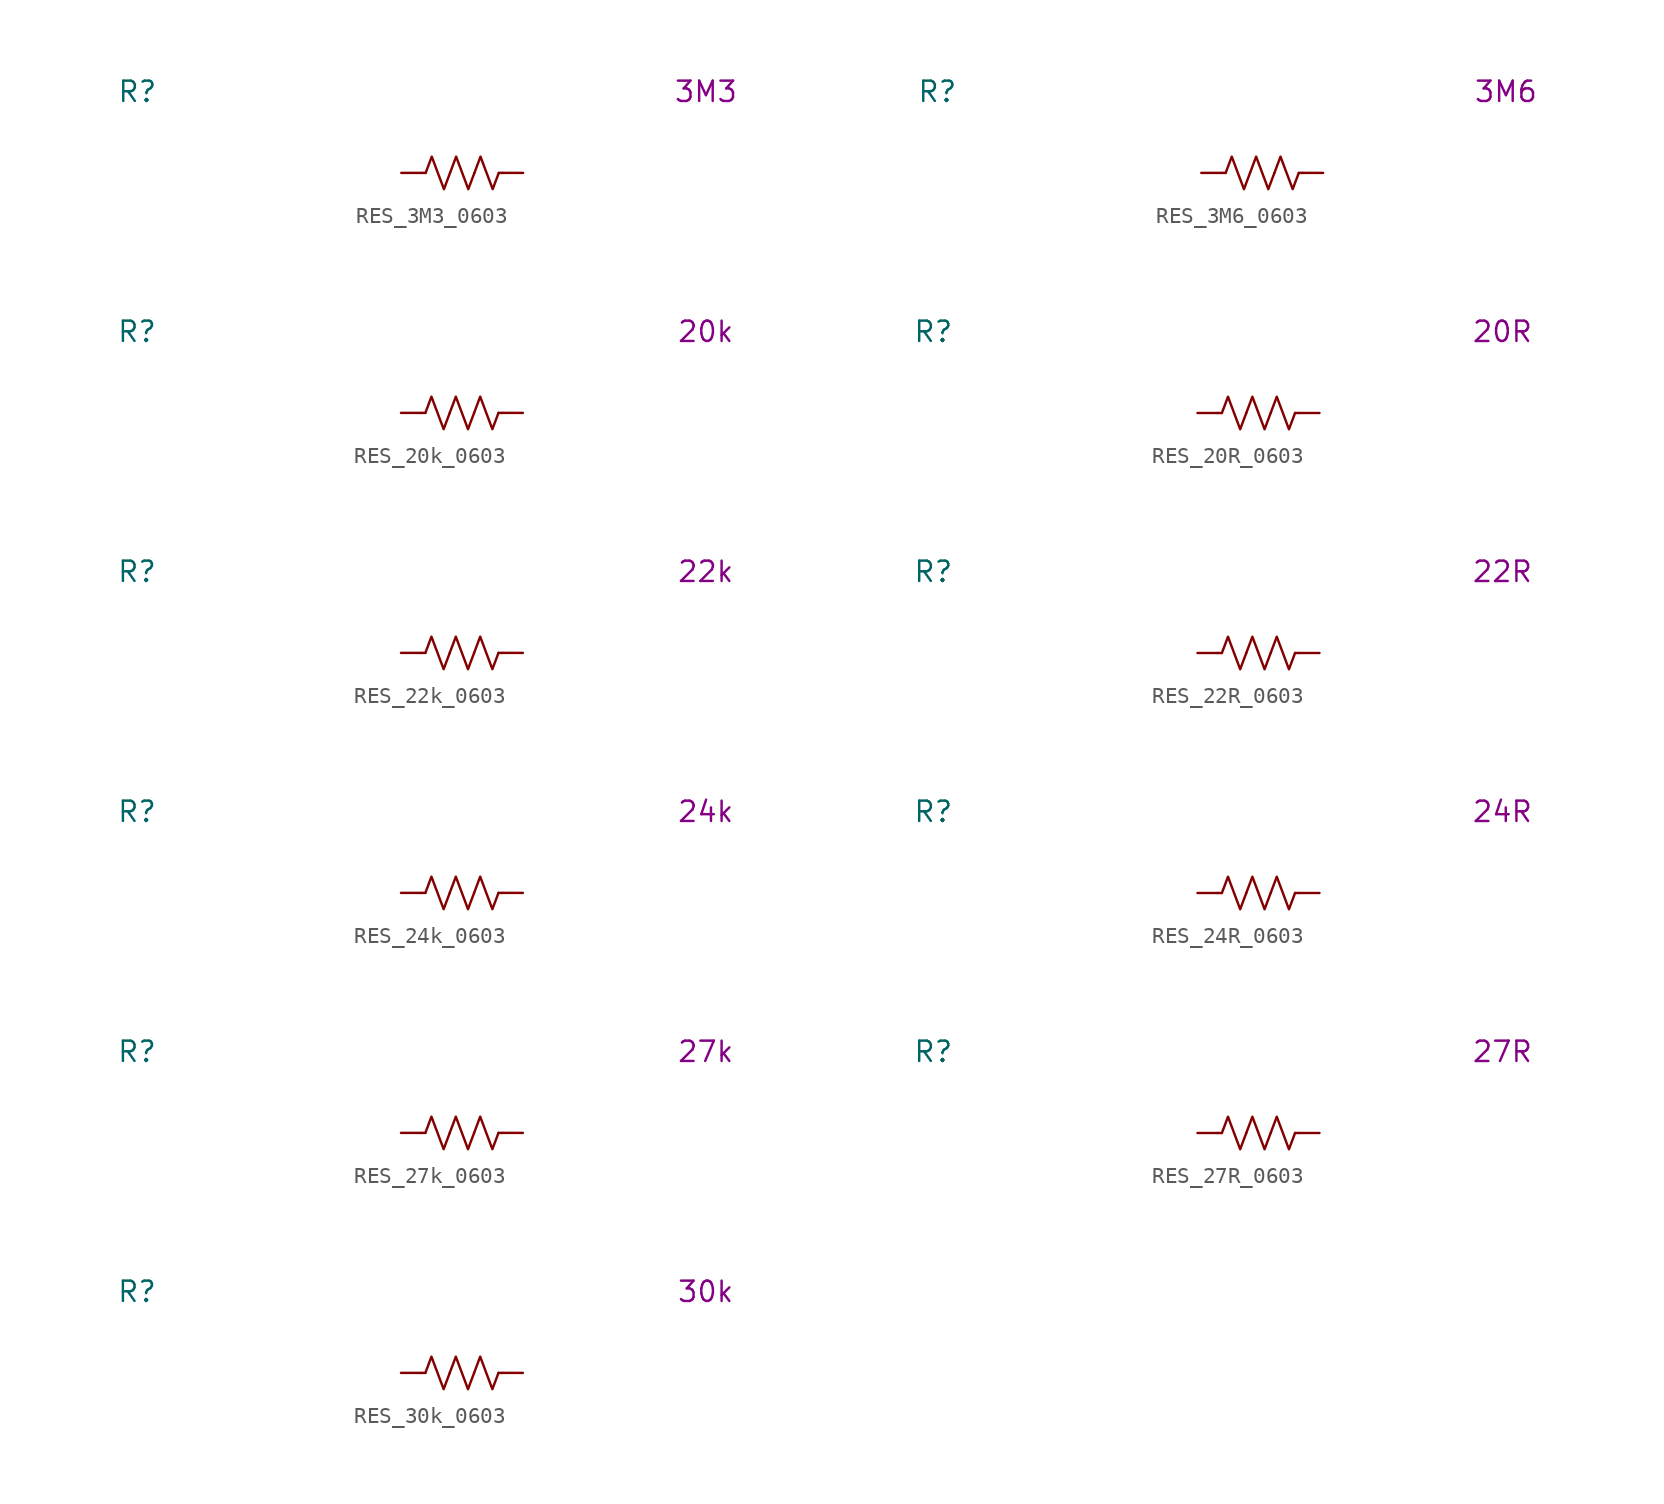
<source format=kicad_sym>
(kicad_symbol_lib
  (version 20231120)
  (generator "kicad_symbol_editor")
  (generator_version "8.0")
  (symbol "RES_3M3_0603"
    (pin_numbers hide)
    (property "Reference" "R"
      (at -20.32 5.08 0)
      (effects (font (size 1.27 1.27))))
    (property "Display Value" "3M3"
      (at 15.24 5.08 0)
      (effects (font (size 1.27 1.27))))
    (symbol "RES_3M3_0603_0_1"
      (polyline (pts (xy -2.286 0) (xy -2.54 0)) (stroke (width 0) (type default)) (fill (type none)))
      (polyline (pts (xy 2.286 0) (xy 2.54 0)) (stroke (width 0) (type default)) (fill (type none)))
      (polyline (pts (xy -2.286 0) (xy -1.905 1.016) (xy -1.524 0) (xy -1.143 -1.016) (xy -0.762 0)) (stroke (width 0) (type default)) (fill (type none)))
      (polyline (pts (xy -0.762 0) (xy -0.381 1.016) (xy 0 0) (xy 0.381 -1.016) (xy 0.762 0)) (stroke (width 0) (type default)) (fill (type none)))
      (polyline (pts (xy 0.762 0) (xy 1.143 1.016) (xy 1.524 0) (xy 1.905 -1.016) (xy 2.286 0)) (stroke (width 0) (type default)) (fill (type none))))
    (symbol "RES_3M3_0603_1_1"
      (pin passive line (at -3.81 0 0) (length 1.27) (name "~" (effects (font (size 1.27 1.27)))) (number "1" (effects (font (size 1.27 1.27)))))
      (pin passive line (at 3.81 0 180) (length 1.27) (name "~" (effects (font (size 1.27 1.27)))) (number "2" (effects (font (size 1.27 1.27)))))))
  (symbol "RES_3M6_0603"
    (pin_numbers hide)
    (property "Reference" "R"
      (at -20.32 5.08 0)
      (effects (font (size 1.27 1.27))))
    (property "Display Value" "3M6"
      (at 15.24 5.08 0)
      (effects (font (size 1.27 1.27))))
    (symbol "RES_3M6_0603_0_1"
      (polyline (pts (xy -2.286 0) (xy -2.54 0)) (stroke (width 0) (type default)) (fill (type none)))
      (polyline (pts (xy 2.286 0) (xy 2.54 0)) (stroke (width 0) (type default)) (fill (type none)))
      (polyline (pts (xy -2.286 0) (xy -1.905 1.016) (xy -1.524 0) (xy -1.143 -1.016) (xy -0.762 0)) (stroke (width 0) (type default)) (fill (type none)))
      (polyline (pts (xy -0.762 0) (xy -0.381 1.016) (xy 0 0) (xy 0.381 -1.016) (xy 0.762 0)) (stroke (width 0) (type default)) (fill (type none)))
      (polyline (pts (xy 0.762 0) (xy 1.143 1.016) (xy 1.524 0) (xy 1.905 -1.016) (xy 2.286 0)) (stroke (width 0) (type default)) (fill (type none))))
    (symbol "RES_3M6_0603_1_1"
      (pin passive line (at -3.81 0 0) (length 1.27) (name "~" (effects (font (size 1.27 1.27)))) (number "1" (effects (font (size 1.27 1.27)))))
      (pin passive line (at 3.81 0 180) (length 1.27) (name "~" (effects (font (size 1.27 1.27)))) (number "2" (effects (font (size 1.27 1.27)))))))
  (symbol "RES_20k_0603"
    (pin_numbers hide)
    (property "Reference" "R"
      (at -20.32 5.08 0)
      (effects (font (size 1.27 1.27))))
    (property "Display Value" "20k"
      (at 15.24 5.08 0)
      (effects (font (size 1.27 1.27))))
    (symbol "RES_20k_0603_0_1"
      (polyline (pts (xy -2.286 0) (xy -2.54 0)) (stroke (width 0) (type default)) (fill (type none)))
      (polyline (pts (xy 2.286 0) (xy 2.54 0)) (stroke (width 0) (type default)) (fill (type none)))
      (polyline (pts (xy -2.286 0) (xy -1.905 1.016) (xy -1.524 0) (xy -1.143 -1.016) (xy -0.762 0)) (stroke (width 0) (type default)) (fill (type none)))
      (polyline (pts (xy -0.762 0) (xy -0.381 1.016) (xy 0 0) (xy 0.381 -1.016) (xy 0.762 0)) (stroke (width 0) (type default)) (fill (type none)))
      (polyline (pts (xy 0.762 0) (xy 1.143 1.016) (xy 1.524 0) (xy 1.905 -1.016) (xy 2.286 0)) (stroke (width 0) (type default)) (fill (type none))))
    (symbol "RES_20k_0603_1_1"
      (pin passive line (at -3.81 0 0) (length 1.27) (name "~" (effects (font (size 1.27 1.27)))) (number "1" (effects (font (size 1.27 1.27)))))
      (pin passive line (at 3.81 0 180) (length 1.27) (name "~" (effects (font (size 1.27 1.27)))) (number "2" (effects (font (size 1.27 1.27)))))))
  (symbol "RES_20R_0603"
    (pin_numbers hide)
    (property "Reference" "R"
      (at -20.32 5.08 0)
      (effects (font (size 1.27 1.27))))
    (property "Display Value" "20R"
      (at 15.24 5.08 0)
      (effects (font (size 1.27 1.27))))
    (symbol "RES_20R_0603_0_1"
      (polyline (pts (xy -2.286 0) (xy -2.54 0)) (stroke (width 0) (type default)) (fill (type none)))
      (polyline (pts (xy 2.286 0) (xy 2.54 0)) (stroke (width 0) (type default)) (fill (type none)))
      (polyline (pts (xy -2.286 0) (xy -1.905 1.016) (xy -1.524 0) (xy -1.143 -1.016) (xy -0.762 0)) (stroke (width 0) (type default)) (fill (type none)))
      (polyline (pts (xy -0.762 0) (xy -0.381 1.016) (xy 0 0) (xy 0.381 -1.016) (xy 0.762 0)) (stroke (width 0) (type default)) (fill (type none)))
      (polyline (pts (xy 0.762 0) (xy 1.143 1.016) (xy 1.524 0) (xy 1.905 -1.016) (xy 2.286 0)) (stroke (width 0) (type default)) (fill (type none))))
    (symbol "RES_20R_0603_1_1"
      (pin passive line (at -3.81 0 0) (length 1.27) (name "~" (effects (font (size 1.27 1.27)))) (number "1" (effects (font (size 1.27 1.27)))))
      (pin passive line (at 3.81 0 180) (length 1.27) (name "~" (effects (font (size 1.27 1.27)))) (number "2" (effects (font (size 1.27 1.27)))))))
  (symbol "RES_22k_0603"
    (pin_numbers hide)
    (property "Reference" "R"
      (at -20.32 5.08 0)
      (effects (font (size 1.27 1.27))))
    (property "Display Value" "22k"
      (at 15.24 5.08 0)
      (effects (font (size 1.27 1.27))))
    (symbol "RES_22k_0603_0_1"
      (polyline (pts (xy -2.286 0) (xy -2.54 0)) (stroke (width 0) (type default)) (fill (type none)))
      (polyline (pts (xy 2.286 0) (xy 2.54 0)) (stroke (width 0) (type default)) (fill (type none)))
      (polyline (pts (xy -2.286 0) (xy -1.905 1.016) (xy -1.524 0) (xy -1.143 -1.016) (xy -0.762 0)) (stroke (width 0) (type default)) (fill (type none)))
      (polyline (pts (xy -0.762 0) (xy -0.381 1.016) (xy 0 0) (xy 0.381 -1.016) (xy 0.762 0)) (stroke (width 0) (type default)) (fill (type none)))
      (polyline (pts (xy 0.762 0) (xy 1.143 1.016) (xy 1.524 0) (xy 1.905 -1.016) (xy 2.286 0)) (stroke (width 0) (type default)) (fill (type none))))
    (symbol "RES_22k_0603_1_1"
      (pin passive line (at -3.81 0 0) (length 1.27) (name "~" (effects (font (size 1.27 1.27)))) (number "1" (effects (font (size 1.27 1.27)))))
      (pin passive line (at 3.81 0 180) (length 1.27) (name "~" (effects (font (size 1.27 1.27)))) (number "2" (effects (font (size 1.27 1.27)))))))
  (symbol "RES_22R_0603"
    (pin_numbers hide)
    (property "Reference" "R"
      (at -20.32 5.08 0)
      (effects (font (size 1.27 1.27))))
    (property "Display Value" "22R"
      (at 15.24 5.08 0)
      (effects (font (size 1.27 1.27))))
    (symbol "RES_22R_0603_0_1"
      (polyline (pts (xy -2.286 0) (xy -2.54 0)) (stroke (width 0) (type default)) (fill (type none)))
      (polyline (pts (xy 2.286 0) (xy 2.54 0)) (stroke (width 0) (type default)) (fill (type none)))
      (polyline (pts (xy -2.286 0) (xy -1.905 1.016) (xy -1.524 0) (xy -1.143 -1.016) (xy -0.762 0)) (stroke (width 0) (type default)) (fill (type none)))
      (polyline (pts (xy -0.762 0) (xy -0.381 1.016) (xy 0 0) (xy 0.381 -1.016) (xy 0.762 0)) (stroke (width 0) (type default)) (fill (type none)))
      (polyline (pts (xy 0.762 0) (xy 1.143 1.016) (xy 1.524 0) (xy 1.905 -1.016) (xy 2.286 0)) (stroke (width 0) (type default)) (fill (type none))))
    (symbol "RES_22R_0603_1_1"
      (pin passive line (at -3.81 0 0) (length 1.27) (name "~" (effects (font (size 1.27 1.27)))) (number "1" (effects (font (size 1.27 1.27)))))
      (pin passive line (at 3.81 0 180) (length 1.27) (name "~" (effects (font (size 1.27 1.27)))) (number "2" (effects (font (size 1.27 1.27)))))))
  (symbol "RES_24k_0603"
    (pin_numbers hide)
    (property "Reference" "R"
      (at -20.32 5.08 0)
      (effects (font (size 1.27 1.27))))
    (property "Display Value" "24k"
      (at 15.24 5.08 0)
      (effects (font (size 1.27 1.27))))
    (symbol "RES_24k_0603_0_1"
      (polyline (pts (xy -2.286 0) (xy -2.54 0)) (stroke (width 0) (type default)) (fill (type none)))
      (polyline (pts (xy 2.286 0) (xy 2.54 0)) (stroke (width 0) (type default)) (fill (type none)))
      (polyline (pts (xy -2.286 0) (xy -1.905 1.016) (xy -1.524 0) (xy -1.143 -1.016) (xy -0.762 0)) (stroke (width 0) (type default)) (fill (type none)))
      (polyline (pts (xy -0.762 0) (xy -0.381 1.016) (xy 0 0) (xy 0.381 -1.016) (xy 0.762 0)) (stroke (width 0) (type default)) (fill (type none)))
      (polyline (pts (xy 0.762 0) (xy 1.143 1.016) (xy 1.524 0) (xy 1.905 -1.016) (xy 2.286 0)) (stroke (width 0) (type default)) (fill (type none))))
    (symbol "RES_24k_0603_1_1"
      (pin passive line (at -3.81 0 0) (length 1.27) (name "~" (effects (font (size 1.27 1.27)))) (number "1" (effects (font (size 1.27 1.27)))))
      (pin passive line (at 3.81 0 180) (length 1.27) (name "~" (effects (font (size 1.27 1.27)))) (number "2" (effects (font (size 1.27 1.27)))))))
  (symbol "RES_24R_0603"
    (pin_numbers hide)
    (property "Reference" "R"
      (at -20.32 5.08 0)
      (effects (font (size 1.27 1.27))))
    (property "Display Value" "24R"
      (at 15.24 5.08 0)
      (effects (font (size 1.27 1.27))))
    (symbol "RES_24R_0603_0_1"
      (polyline (pts (xy -2.286 0) (xy -2.54 0)) (stroke (width 0) (type default)) (fill (type none)))
      (polyline (pts (xy 2.286 0) (xy 2.54 0)) (stroke (width 0) (type default)) (fill (type none)))
      (polyline (pts (xy -2.286 0) (xy -1.905 1.016) (xy -1.524 0) (xy -1.143 -1.016) (xy -0.762 0)) (stroke (width 0) (type default)) (fill (type none)))
      (polyline (pts (xy -0.762 0) (xy -0.381 1.016) (xy 0 0) (xy 0.381 -1.016) (xy 0.762 0)) (stroke (width 0) (type default)) (fill (type none)))
      (polyline (pts (xy 0.762 0) (xy 1.143 1.016) (xy 1.524 0) (xy 1.905 -1.016) (xy 2.286 0)) (stroke (width 0) (type default)) (fill (type none))))
    (symbol "RES_24R_0603_1_1"
      (pin passive line (at -3.81 0 0) (length 1.27) (name "~" (effects (font (size 1.27 1.27)))) (number "1" (effects (font (size 1.27 1.27)))))
      (pin passive line (at 3.81 0 180) (length 1.27) (name "~" (effects (font (size 1.27 1.27)))) (number "2" (effects (font (size 1.27 1.27)))))))
  (symbol "RES_27k_0603"
    (pin_numbers hide)
    (property "Reference" "R"
      (at -20.32 5.08 0)
      (effects (font (size 1.27 1.27))))
    (property "Display Value" "27k"
      (at 15.24 5.08 0)
      (effects (font (size 1.27 1.27))))
    (symbol "RES_27k_0603_0_1"
      (polyline (pts (xy -2.286 0) (xy -2.54 0)) (stroke (width 0) (type default)) (fill (type none)))
      (polyline (pts (xy 2.286 0) (xy 2.54 0)) (stroke (width 0) (type default)) (fill (type none)))
      (polyline (pts (xy -2.286 0) (xy -1.905 1.016) (xy -1.524 0) (xy -1.143 -1.016) (xy -0.762 0)) (stroke (width 0) (type default)) (fill (type none)))
      (polyline (pts (xy -0.762 0) (xy -0.381 1.016) (xy 0 0) (xy 0.381 -1.016) (xy 0.762 0)) (stroke (width 0) (type default)) (fill (type none)))
      (polyline (pts (xy 0.762 0) (xy 1.143 1.016) (xy 1.524 0) (xy 1.905 -1.016) (xy 2.286 0)) (stroke (width 0) (type default)) (fill (type none))))
    (symbol "RES_27k_0603_1_1"
      (pin passive line (at -3.81 0 0) (length 1.27) (name "~" (effects (font (size 1.27 1.27)))) (number "1" (effects (font (size 1.27 1.27)))))
      (pin passive line (at 3.81 0 180) (length 1.27) (name "~" (effects (font (size 1.27 1.27)))) (number "2" (effects (font (size 1.27 1.27)))))))
  (symbol "RES_27R_0603"
    (pin_numbers hide)
    (property "Reference" "R"
      (at -20.32 5.08 0)
      (effects (font (size 1.27 1.27))))
    (property "Display Value" "27R"
      (at 15.24 5.08 0)
      (effects (font (size 1.27 1.27))))
    (symbol "RES_27R_0603_0_1"
      (polyline (pts (xy -2.286 0) (xy -2.54 0)) (stroke (width 0) (type default)) (fill (type none)))
      (polyline (pts (xy 2.286 0) (xy 2.54 0)) (stroke (width 0) (type default)) (fill (type none)))
      (polyline (pts (xy -2.286 0) (xy -1.905 1.016) (xy -1.524 0) (xy -1.143 -1.016) (xy -0.762 0)) (stroke (width 0) (type default)) (fill (type none)))
      (polyline (pts (xy -0.762 0) (xy -0.381 1.016) (xy 0 0) (xy 0.381 -1.016) (xy 0.762 0)) (stroke (width 0) (type default)) (fill (type none)))
      (polyline (pts (xy 0.762 0) (xy 1.143 1.016) (xy 1.524 0) (xy 1.905 -1.016) (xy 2.286 0)) (stroke (width 0) (type default)) (fill (type none))))
    (symbol "RES_27R_0603_1_1"
      (pin passive line (at -3.81 0 0) (length 1.27) (name "~" (effects (font (size 1.27 1.27)))) (number "1" (effects (font (size 1.27 1.27)))))
      (pin passive line (at 3.81 0 180) (length 1.27) (name "~" (effects (font (size 1.27 1.27)))) (number "2" (effects (font (size 1.27 1.27)))))))
  (symbol "RES_30k_0603"
    (pin_numbers hide)
    (property "Reference" "R"
      (at -20.32 5.08 0)
      (effects (font (size 1.27 1.27))))
    (property "Display Value" "30k"
      (at 15.24 5.08 0)
      (effects (font (size 1.27 1.27))))
    (symbol "RES_30k_0603_0_1"
      (polyline (pts (xy -2.286 0) (xy -2.54 0)) (stroke (width 0) (type default)) (fill (type none)))
      (polyline (pts (xy 2.286 0) (xy 2.54 0)) (stroke (width 0) (type default)) (fill (type none)))
      (polyline (pts (xy -2.286 0) (xy -1.905 1.016) (xy -1.524 0) (xy -1.143 -1.016) (xy -0.762 0)) (stroke (width 0) (type default)) (fill (type none)))
      (polyline (pts (xy -0.762 0) (xy -0.381 1.016) (xy 0 0) (xy 0.381 -1.016) (xy 0.762 0)) (stroke (width 0) (type default)) (fill (type none)))
      (polyline (pts (xy 0.762 0) (xy 1.143 1.016) (xy 1.524 0) (xy 1.905 -1.016) (xy 2.286 0)) (stroke (width 0) (type default)) (fill (type none))))
    (symbol "RES_30k_0603_1_1"
      (pin passive line (at -3.81 0 0) (length 1.27) (name "~" (effects (font (size 1.27 1.27)))) (number "1" (effects (font (size 1.27 1.27)))))
      (pin passive line (at 3.81 0 180) (length 1.27) (name "~" (effects (font (size 1.27 1.27)))) (number "2" (effects (font (size 1.27 1.27))))))))
</source>
